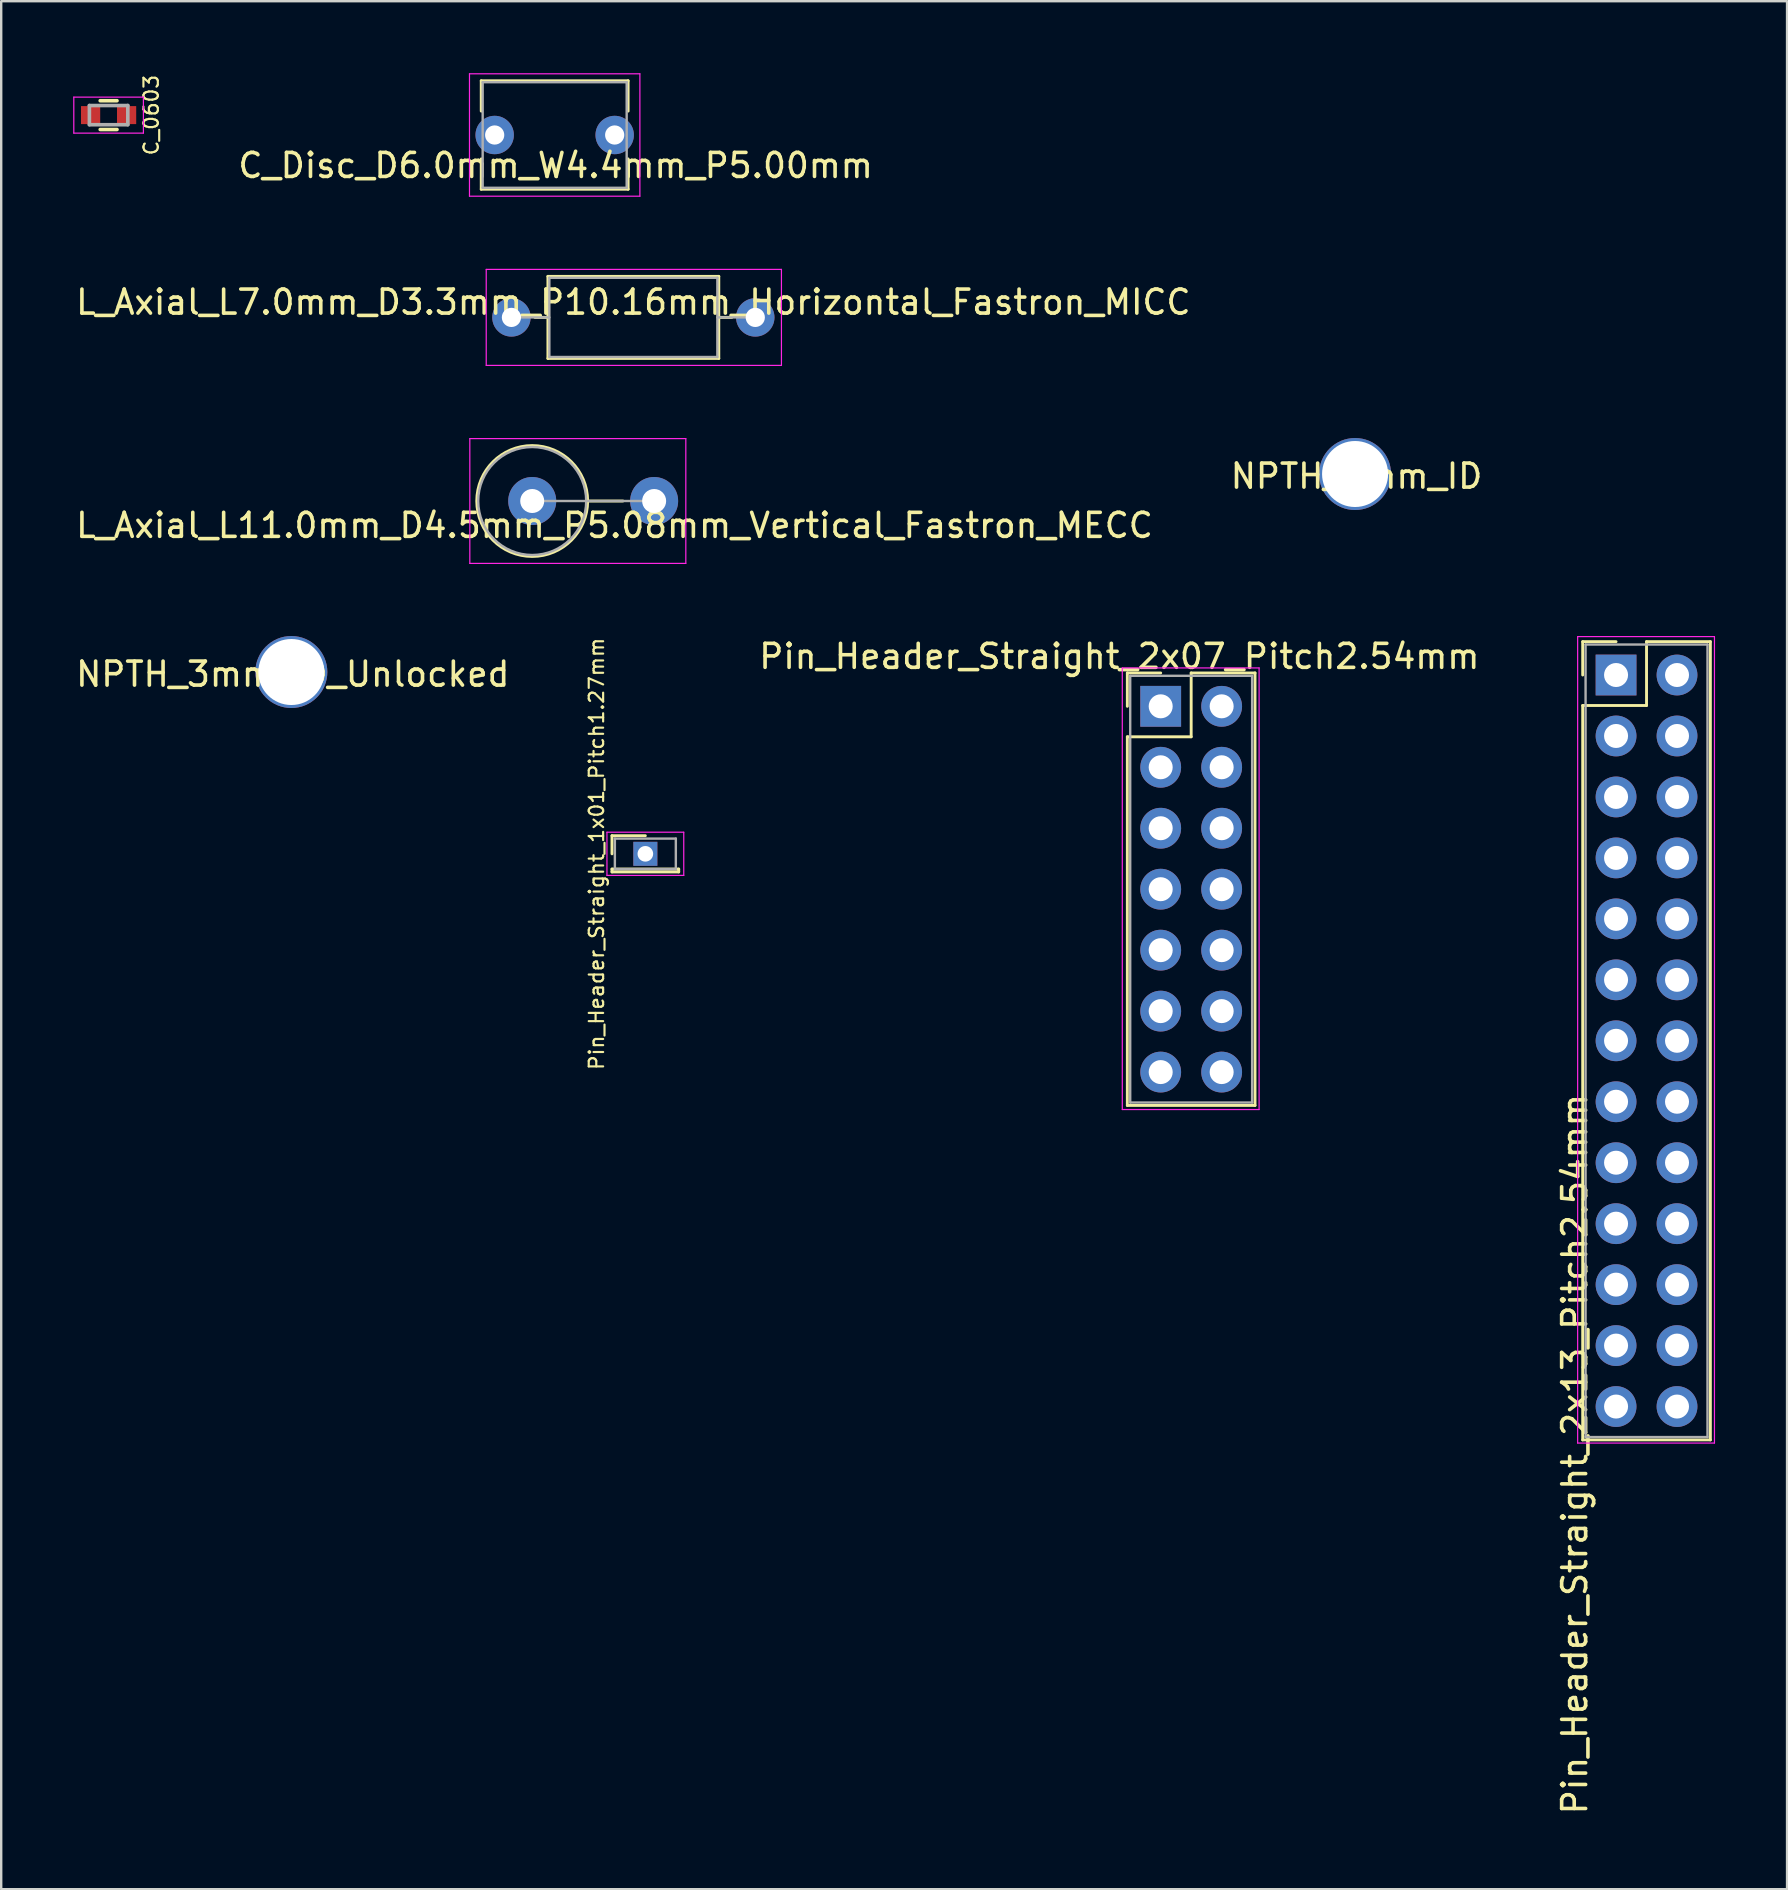
<source format=kicad_pcb>
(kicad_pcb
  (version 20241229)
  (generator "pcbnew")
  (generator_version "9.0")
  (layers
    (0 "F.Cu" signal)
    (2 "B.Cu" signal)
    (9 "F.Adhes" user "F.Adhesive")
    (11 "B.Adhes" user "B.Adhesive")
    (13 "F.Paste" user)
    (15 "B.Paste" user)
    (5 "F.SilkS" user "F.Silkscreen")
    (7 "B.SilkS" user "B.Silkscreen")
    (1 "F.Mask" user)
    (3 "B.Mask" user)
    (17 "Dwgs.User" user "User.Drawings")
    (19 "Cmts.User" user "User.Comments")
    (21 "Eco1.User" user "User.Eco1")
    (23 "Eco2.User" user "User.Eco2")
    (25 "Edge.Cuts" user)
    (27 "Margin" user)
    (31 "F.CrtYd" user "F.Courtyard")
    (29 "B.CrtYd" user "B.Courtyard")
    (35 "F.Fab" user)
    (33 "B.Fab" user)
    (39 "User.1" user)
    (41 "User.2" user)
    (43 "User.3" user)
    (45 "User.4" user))
  (footprint "NPTH_3mm_ID_Unlocked"
    (layer "F.Cu")
    (at 9.089 24.95)
    (property "Reference" "NPTH_3mm_ID_Unlocked" (at 0.06 0.09 0) (layer "F.SilkS") (effects (font (size 1 1) (thickness 0.15))))
    (attr through_hole)
    (pad "" np_thru_hole circle (at 0 0) (size 3 3) (drill 2.75) (layers "*.Cu" "*.Mask")))
  (footprint "Pin_Header_Straight_2x13_Pitch2.54mm"
    (layer "F.Cu")
    (at 64.284 25.075)
    (property "Reference" "Pin_Header_Straight_2x13_Pitch2.54mm" (at -1.722 32.464 90) (layer "F.SilkS") (effects (font (size 1 1) (thickness 0.15))))
    (attr through_hole)
    (fp_line (start -1.39 -1.39) (end 0 -1.39) (stroke (width 0.12) (type solid)) (layer "F.SilkS"))
    (fp_line (start -1.39 0) (end -1.39 -1.39) (stroke (width 0.12) (type solid)) (layer "F.SilkS"))
    (fp_line (start -1.39 1.27) (end -1.39 31.87) (stroke (width 0.12) (type solid)) (layer "F.SilkS"))
    (fp_line (start -1.39 31.87) (end 3.93 31.87) (stroke (width 0.12) (type solid)) (layer "F.SilkS"))
    (fp_line (start 1.27 -1.39) (end 1.27 1.27) (stroke (width 0.12) (type solid)) (layer "F.SilkS"))
    (fp_line (start 1.27 1.27) (end -1.39 1.27) (stroke (width 0.12) (type solid)) (layer "F.SilkS"))
    (fp_line (start 3.93 -1.39) (end 1.27 -1.39) (stroke (width 0.12) (type solid)) (layer "F.SilkS"))
    (fp_line (start 3.93 31.87) (end 3.93 -1.39) (stroke (width 0.12) (type solid)) (layer "F.SilkS"))
    (fp_line (start -1.6 -1.6) (end -1.6 32) (stroke (width 0.05) (type solid)) (layer "F.CrtYd"))
    (fp_line (start -1.6 32) (end 4.1 32) (stroke (width 0.05) (type solid)) (layer "F.CrtYd"))
    (fp_line (start 4.1 -1.6) (end -1.6 -1.6) (stroke (width 0.05) (type solid)) (layer "F.CrtYd"))
    (fp_line (start 4.1 32) (end 4.1 -1.6) (stroke (width 0.05) (type solid)) (layer "F.CrtYd"))
    (fp_line (start -1.27 -1.27) (end -1.27 31.75) (stroke (width 0.1) (type solid)) (layer "F.Fab"))
    (fp_line (start -1.27 31.75) (end 3.81 31.75) (stroke (width 0.1) (type solid)) (layer "F.Fab"))
    (fp_line (start 3.81 -1.27) (end -1.27 -1.27) (stroke (width 0.1) (type solid)) (layer "F.Fab"))
    (fp_line (start 3.81 31.75) (end 3.81 -1.27) (stroke (width 0.1) (type solid)) (layer "F.Fab"))
    (pad "1" thru_hole rect (at 0 0) (size 1.7 1.7) (drill 1) (layers "*.Cu" "*.Mask"))
    (pad "2" thru_hole oval (at 2.54 0) (size 1.7 1.7) (drill 1) (layers "*.Cu" "*.Mask"))
    (pad "3" thru_hole oval (at 0 2.54) (size 1.7 1.7) (drill 1) (layers "*.Cu" "*.Mask"))
    (pad "4" thru_hole oval (at 2.54 2.54) (size 1.7 1.7) (drill 1) (layers "*.Cu" "*.Mask"))
    (pad "5" thru_hole oval (at 0 5.08) (size 1.7 1.7) (drill 1) (layers "*.Cu" "*.Mask"))
    (pad "6" thru_hole oval (at 2.54 5.08) (size 1.7 1.7) (drill 1) (layers "*.Cu" "*.Mask"))
    (pad "7" thru_hole oval (at 0 7.62) (size 1.7 1.7) (drill 1) (layers "*.Cu" "*.Mask"))
    (pad "8" thru_hole oval (at 2.54 7.62) (size 1.7 1.7) (drill 1) (layers "*.Cu" "*.Mask"))
    (pad "9" thru_hole oval (at 0 10.16) (size 1.7 1.7) (drill 1) (layers "*.Cu" "*.Mask"))
    (pad "10" thru_hole oval (at 2.54 10.16) (size 1.7 1.7) (drill 1) (layers "*.Cu" "*.Mask"))
    (pad "11" thru_hole oval (at 0 12.7) (size 1.7 1.7) (drill 1) (layers "*.Cu" "*.Mask"))
    (pad "12" thru_hole oval (at 2.54 12.7) (size 1.7 1.7) (drill 1) (layers "*.Cu" "*.Mask"))
    (pad "13" thru_hole oval (at 0 15.24) (size 1.7 1.7) (drill 1) (layers "*.Cu" "*.Mask"))
    (pad "14" thru_hole oval (at 2.54 15.24) (size 1.7 1.7) (drill 1) (layers "*.Cu" "*.Mask"))
    (pad "15" thru_hole oval (at 0 17.78) (size 1.7 1.7) (drill 1) (layers "*.Cu" "*.Mask"))
    (pad "16" thru_hole oval (at 2.54 17.78) (size 1.7 1.7) (drill 1) (layers "*.Cu" "*.Mask"))
    (pad "17" thru_hole oval (at 0 20.32) (size 1.7 1.7) (drill 1) (layers "*.Cu" "*.Mask"))
    (pad "18" thru_hole oval (at 2.54 20.32) (size 1.7 1.7) (drill 1) (layers "*.Cu" "*.Mask"))
    (pad "19" thru_hole oval (at 0 22.86) (size 1.7 1.7) (drill 1) (layers "*.Cu" "*.Mask"))
    (pad "20" thru_hole oval (at 2.54 22.86) (size 1.7 1.7) (drill 1) (layers "*.Cu" "*.Mask"))
    (pad "21" thru_hole oval (at 0 25.4) (size 1.7 1.7) (drill 1) (layers "*.Cu" "*.Mask"))
    (pad "22" thru_hole oval (at 2.54 25.4) (size 1.7 1.7) (drill 1) (layers "*.Cu" "*.Mask"))
    (pad "23" thru_hole oval (at 0 27.94) (size 1.7 1.7) (drill 1) (layers "*.Cu" "*.Mask"))
    (pad "24" thru_hole oval (at 2.54 27.94) (size 1.7 1.7) (drill 1) (layers "*.Cu" "*.Mask"))
    (pad "25" thru_hole oval (at 0 30.48) (size 1.7 1.7) (drill 1) (layers "*.Cu" "*.Mask"))
    (pad "26" thru_hole oval (at 2.54 30.48) (size 1.7 1.7) (drill 1) (layers "*.Cu" "*.Mask")))
  (footprint "NPTH_3mm_ID"
    (layer "F.Cu")
    (at 53.41 16.7)
    (property "Reference" "NPTH_3mm_ID" (at 0.06 0.09 0) (layer "F.SilkS") (effects (font (size 1 1) (thickness 0.15))))
    (attr through_hole)
    (pad "" np_thru_hole circle (at 0 0) (size 3 3) (drill 2.75) (layers "*.Cu" "*.Mask")))
  (footprint "Pin_Header_Straight_2x07_Pitch2.54mm"
    (layer "F.Cu")
    (at 45.311 26.379)
    (property "Reference" "Pin_Header_Straight_2x07_Pitch2.54mm" (at -1.722 -2.08 0) (layer "F.SilkS") (effects (font (size 1 1) (thickness 0.15))))
    (attr through_hole)
    (fp_line (start -1.39 -1.39) (end 0 -1.39) (stroke (width 0.12) (type solid)) (layer "F.SilkS"))
    (fp_line (start -1.39 0) (end -1.39 -1.39) (stroke (width 0.12) (type solid)) (layer "F.SilkS"))
    (fp_line (start -1.39 1.27) (end -1.39 16.63) (stroke (width 0.12) (type solid)) (layer "F.SilkS"))
    (fp_line (start -1.39 16.63) (end 3.93 16.63) (stroke (width 0.12) (type solid)) (layer "F.SilkS"))
    (fp_line (start 1.27 -1.39) (end 1.27 1.27) (stroke (width 0.12) (type solid)) (layer "F.SilkS"))
    (fp_line (start 1.27 1.27) (end -1.39 1.27) (stroke (width 0.12) (type solid)) (layer "F.SilkS"))
    (fp_line (start 3.93 -1.39) (end 1.27 -1.39) (stroke (width 0.12) (type solid)) (layer "F.SilkS"))
    (fp_line (start 3.93 16.63) (end 3.93 -1.39) (stroke (width 0.12) (type solid)) (layer "F.SilkS"))
    (fp_line (start -1.6 -1.6) (end -1.6 16.8) (stroke (width 0.05) (type solid)) (layer "F.CrtYd"))
    (fp_line (start -1.6 16.8) (end 4.1 16.8) (stroke (width 0.05) (type solid)) (layer "F.CrtYd"))
    (fp_line (start 4.1 -1.6) (end -1.6 -1.6) (stroke (width 0.05) (type solid)) (layer "F.CrtYd"))
    (fp_line (start 4.1 16.8) (end 4.1 -1.6) (stroke (width 0.05) (type solid)) (layer "F.CrtYd"))
    (fp_line (start -1.27 -1.27) (end -1.27 16.51) (stroke (width 0.1) (type solid)) (layer "F.Fab"))
    (fp_line (start -1.27 16.51) (end 3.81 16.51) (stroke (width 0.1) (type solid)) (layer "F.Fab"))
    (fp_line (start 3.81 -1.27) (end -1.27 -1.27) (stroke (width 0.1) (type solid)) (layer "F.Fab"))
    (fp_line (start 3.81 16.51) (end 3.81 -1.27) (stroke (width 0.1) (type solid)) (layer "F.Fab"))
    (pad "1" thru_hole rect (at 0 0) (size 1.7 1.7) (drill 1) (layers "*.Cu" "*.Mask"))
    (pad "2" thru_hole oval (at 2.54 0) (size 1.7 1.7) (drill 1) (layers "*.Cu" "*.Mask"))
    (pad "3" thru_hole oval (at 0 2.54) (size 1.7 1.7) (drill 1) (layers "*.Cu" "*.Mask"))
    (pad "4" thru_hole oval (at 2.54 2.54) (size 1.7 1.7) (drill 1) (layers "*.Cu" "*.Mask"))
    (pad "5" thru_hole oval (at 0 5.08) (size 1.7 1.7) (drill 1) (layers "*.Cu" "*.Mask"))
    (pad "6" thru_hole oval (at 2.54 5.08) (size 1.7 1.7) (drill 1) (layers "*.Cu" "*.Mask"))
    (pad "7" thru_hole oval (at 0 7.62) (size 1.7 1.7) (drill 1) (layers "*.Cu" "*.Mask"))
    (pad "8" thru_hole oval (at 2.54 7.62) (size 1.7 1.7) (drill 1) (layers "*.Cu" "*.Mask"))
    (pad "9" thru_hole oval (at 0 10.16) (size 1.7 1.7) (drill 1) (layers "*.Cu" "*.Mask"))
    (pad "10" thru_hole oval (at 2.54 10.16) (size 1.7 1.7) (drill 1) (layers "*.Cu" "*.Mask"))
    (pad "11" thru_hole oval (at 0 12.7) (size 1.7 1.7) (drill 1) (layers "*.Cu" "*.Mask"))
    (pad "12" thru_hole oval (at 2.54 12.7) (size 1.7 1.7) (drill 1) (layers "*.Cu" "*.Mask"))
    (pad "13" thru_hole oval (at 0 15.24) (size 1.7 1.7) (drill 1) (layers "*.Cu" "*.Mask"))
    (pad "14" thru_hole oval (at 2.54 15.24) (size 1.7 1.7) (drill 1) (layers "*.Cu" "*.Mask")))
  (footprint "Pin_Header_Straight_1x01_Pitch1.27mm"
    (layer "F.Cu")
    (at 23.839 32.525)
    (property "Reference" "Pin_Header_Straight_1x01_Pitch1.27mm" (at -2.032 0 90) (layer "F.SilkS") (effects (font (size 0.6 0.6) (thickness 0.09))))
    (attr through_hole)
    (fp_line (start -1.39 -0.755) (end 0 -0.755) (stroke (width 0.12) (type solid)) (layer "F.SilkS"))
    (fp_line (start -1.39 0) (end -1.39 -0.755) (stroke (width 0.12) (type solid)) (layer "F.SilkS"))
    (fp_line (start -1.39 0.635) (end -1.39 0.755) (stroke (width 0.12) (type solid)) (layer "F.SilkS"))
    (fp_line (start -1.39 0.755) (end 1.39 0.755) (stroke (width 0.12) (type solid)) (layer "F.SilkS"))
    (fp_line (start 1.39 0.635) (end -1.39 0.635) (stroke (width 0.12) (type solid)) (layer "F.SilkS"))
    (fp_line (start 1.39 0.755) (end 1.39 0.635) (stroke (width 0.12) (type solid)) (layer "F.SilkS"))
    (fp_line (start -1.6 -0.9) (end -1.6 0.9) (stroke (width 0.05) (type solid)) (layer "F.CrtYd"))
    (fp_line (start -1.6 0.9) (end 1.6 0.9) (stroke (width 0.05) (type solid)) (layer "F.CrtYd"))
    (fp_line (start 1.6 -0.9) (end -1.6 -0.9) (stroke (width 0.05) (type solid)) (layer "F.CrtYd"))
    (fp_line (start 1.6 0.9) (end 1.6 -0.9) (stroke (width 0.05) (type solid)) (layer "F.CrtYd"))
    (fp_line (start -1.27 -0.635) (end -1.27 0.635) (stroke (width 0.1) (type solid)) (layer "F.Fab"))
    (fp_line (start -1.27 0.635) (end 1.27 0.635) (stroke (width 0.1) (type solid)) (layer "F.Fab"))
    (fp_line (start 1.27 -0.635) (end -1.27 -0.635) (stroke (width 0.1) (type solid)) (layer "F.Fab"))
    (fp_line (start 1.27 0.635) (end 1.27 -0.635) (stroke (width 0.1) (type solid)) (layer "F.Fab"))
    (pad "1" thru_hole rect (at 0 0) (size 1 1) (drill 0.65) (layers "*.Cu" "*.Mask")))
  (footprint "C_Disc_D6.0mm_W4.4mm_P5.00mm"
    (layer "F.Cu")
    (at 17.561 2.575)
    (property "Reference" "C_Disc_D6.0mm_W4.4mm_P5.00mm" (at 2.54 1.27 0) (layer "F.SilkS") (effects (font (size 1 1) (thickness 0.15))))
    (attr through_hole)
    (fp_line (start -0.56 -2.26) (end -0.56 -0.996) (stroke (width 0.12) (type solid)) (layer "F.SilkS"))
    (fp_line (start -0.56 -2.26) (end 5.56 -2.26) (stroke (width 0.12) (type solid)) (layer "F.SilkS"))
    (fp_line (start -0.56 0.996) (end -0.56 2.26) (stroke (width 0.12) (type solid)) (layer "F.SilkS"))
    (fp_line (start -0.56 2.26) (end 5.56 2.26) (stroke (width 0.12) (type solid)) (layer "F.SilkS"))
    (fp_line (start 5.56 -2.26) (end 5.56 -0.996) (stroke (width 0.12) (type solid)) (layer "F.SilkS"))
    (fp_line (start 5.56 0.996) (end 5.56 2.26) (stroke (width 0.12) (type solid)) (layer "F.SilkS"))
    (fp_line (start -1.05 -2.55) (end -1.05 2.55) (stroke (width 0.05) (type solid)) (layer "F.CrtYd"))
    (fp_line (start -1.05 2.55) (end 6.05 2.55) (stroke (width 0.05) (type solid)) (layer "F.CrtYd"))
    (fp_line (start 6.05 -2.55) (end -1.05 -2.55) (stroke (width 0.05) (type solid)) (layer "F.CrtYd"))
    (fp_line (start 6.05 2.55) (end 6.05 -2.55) (stroke (width 0.05) (type solid)) (layer "F.CrtYd"))
    (fp_line (start -0.5 -2.2) (end -0.5 2.2) (stroke (width 0.1) (type solid)) (layer "F.Fab"))
    (fp_line (start -0.5 2.2) (end 5.5 2.2) (stroke (width 0.1) (type solid)) (layer "F.Fab"))
    (fp_line (start 5.5 -2.2) (end -0.5 -2.2) (stroke (width 0.1) (type solid)) (layer "F.Fab"))
    (fp_line (start 5.5 2.2) (end 5.5 -2.2) (stroke (width 0.1) (type solid)) (layer "F.Fab"))
    (pad "1" thru_hole circle (at 0 0) (size 1.6 1.6) (drill 0.8) (layers "*.Cu" "*.Mask"))
    (pad "2" thru_hole circle (at 5 0) (size 1.6 1.6) (drill 0.8) (layers "*.Cu" "*.Mask")))
  (footprint "L_Axial_L7.0mm_D3.3mm_P10.16mm_Horizontal_Fastron_MICC"
    (layer "F.Cu")
    (at 18.259 10.175)
    (property "Reference" "L_Axial_L7.0mm_D3.3mm_P10.16mm_Horizontal_Fastron_MICC" (at 5.08 -0.635 0) (layer "F.SilkS") (effects (font (size 1 1) (thickness 0.15))))
    (attr through_hole)
    (fp_line (start 0.98 0) (end 1.52 0) (stroke (width 0.12) (type solid)) (layer "F.SilkS"))
    (fp_line (start 1.52 -1.71) (end 1.52 1.71) (stroke (width 0.12) (type solid)) (layer "F.SilkS"))
    (fp_line (start 1.52 1.71) (end 8.64 1.71) (stroke (width 0.12) (type solid)) (layer "F.SilkS"))
    (fp_line (start 8.64 -1.71) (end 1.52 -1.71) (stroke (width 0.12) (type solid)) (layer "F.SilkS"))
    (fp_line (start 8.64 1.71) (end 8.64 -1.71) (stroke (width 0.12) (type solid)) (layer "F.SilkS"))
    (fp_line (start 9.18 0) (end 8.64 0) (stroke (width 0.12) (type solid)) (layer "F.SilkS"))
    (fp_line (start -1.05 -2) (end -1.05 2) (stroke (width 0.05) (type solid)) (layer "F.CrtYd"))
    (fp_line (start -1.05 2) (end 11.25 2) (stroke (width 0.05) (type solid)) (layer "F.CrtYd"))
    (fp_line (start 11.25 -2) (end -1.05 -2) (stroke (width 0.05) (type solid)) (layer "F.CrtYd"))
    (fp_line (start 11.25 2) (end 11.25 -2) (stroke (width 0.05) (type solid)) (layer "F.CrtYd"))
    (fp_line (start 0 0) (end 1.58 0) (stroke (width 0.1) (type solid)) (layer "F.Fab"))
    (fp_line (start 1.58 -1.65) (end 1.58 1.65) (stroke (width 0.1) (type solid)) (layer "F.Fab"))
    (fp_line (start 1.58 1.65) (end 8.58 1.65) (stroke (width 0.1) (type solid)) (layer "F.Fab"))
    (fp_line (start 8.58 -1.65) (end 1.58 -1.65) (stroke (width 0.1) (type solid)) (layer "F.Fab"))
    (fp_line (start 8.58 1.65) (end 8.58 -1.65) (stroke (width 0.1) (type solid)) (layer "F.Fab"))
    (fp_line (start 10.16 0) (end 8.58 0) (stroke (width 0.1) (type solid)) (layer "F.Fab"))
    (pad "1" thru_hole circle (at 0 0) (size 1.6 1.6) (drill 0.8) (layers "*.Cu" "*.Mask"))
    (pad "2" thru_hole oval (at 10.16 0) (size 1.6 1.6) (drill 0.8) (layers "*.Cu" "*.Mask")))
  (footprint "C_0603"
    (layer "F.Cu")
    (at 1.475 1.746)
    (property "Reference" "C_0603" (at 1.778 0 90) (layer "F.SilkS") (effects (font (size 0.6 0.6) (thickness 0.09))))
    (attr smd)
    (fp_line (start -0.35 -0.6) (end 0.35 -0.6) (stroke (width 0.15) (type solid)) (layer "F.SilkS"))
    (fp_line (start 0.35 0.6) (end -0.35 0.6) (stroke (width 0.15) (type solid)) (layer "F.SilkS"))
    (fp_line (start -1.45 -0.75) (end -1.45 0.75) (stroke (width 0.05) (type solid)) (layer "F.CrtYd"))
    (fp_line (start -1.45 -0.75) (end 1.45 -0.75) (stroke (width 0.05) (type solid)) (layer "F.CrtYd"))
    (fp_line (start -1.45 0.75) (end 1.45 0.75) (stroke (width 0.05) (type solid)) (layer "F.CrtYd"))
    (fp_line (start 1.45 -0.75) (end 1.45 0.75) (stroke (width 0.05) (type solid)) (layer "F.CrtYd"))
    (fp_line (start -0.8 -0.4) (end 0.8 -0.4) (stroke (width 0.15) (type solid)) (layer "F.Fab"))
    (fp_line (start -0.8 0.4) (end -0.8 -0.4) (stroke (width 0.15) (type solid)) (layer "F.Fab"))
    (fp_line (start 0.8 -0.4) (end 0.8 0.4) (stroke (width 0.15) (type solid)) (layer "F.Fab"))
    (fp_line (start 0.8 0.4) (end -0.8 0.4) (stroke (width 0.15) (type solid)) (layer "F.Fab"))
    (pad "1" smd rect (at -0.75 0) (size 0.8 0.75) (layers "F.Cu" "F.Mask" "F.Paste"))
    (pad "2" smd rect (at 0.75 0) (size 0.8 0.75) (layers "F.Cu" "F.Mask" "F.Paste")))
  (footprint "L_Axial_L11.0mm_D4.5mm_P5.08mm_Vertical_Fastron_MECC"
    (layer "F.Cu")
    (at 19.125 17.825)
    (property "Reference" "L_Axial_L11.0mm_D4.5mm_P5.08mm_Vertical_Fastron_MECC" (at 3.429 1.016 0) (layer "F.SilkS") (effects (font (size 1 1) (thickness 0.15))))
    (attr through_hole)
    (fp_line (start 2.31 0) (end 3.78 0) (stroke (width 0.12) (type solid)) (layer "F.SilkS"))
    (fp_circle (center 0 0) (end 2.31 0) (stroke (width 0.12) (type solid)) (fill no) (layer "F.SilkS"))
    (fp_line (start -2.6 -2.6) (end -2.6 2.6) (stroke (width 0.05) (type solid)) (layer "F.CrtYd"))
    (fp_line (start -2.6 2.6) (end 6.4 2.6) (stroke (width 0.05) (type solid)) (layer "F.CrtYd"))
    (fp_line (start 6.4 -2.6) (end -2.6 -2.6) (stroke (width 0.05) (type solid)) (layer "F.CrtYd"))
    (fp_line (start 6.4 2.6) (end 6.4 -2.6) (stroke (width 0.05) (type solid)) (layer "F.CrtYd"))
    (fp_line (start 0 0) (end 5.08 0) (stroke (width 0.1) (type solid)) (layer "F.Fab"))
    (fp_circle (center 0 0) (end 2.25 0) (stroke (width 0.1) (type solid)) (fill no) (layer "F.Fab"))
    (pad "1" thru_hole circle (at 0 0) (size 2 2) (drill 1) (layers "*.Cu" "*.Mask"))
    (pad "2" thru_hole oval (at 5.08 0) (size 2 2) (drill 1) (layers "*.Cu" "*.Mask")))
  (gr_rect
    (start -3 -3)
    (end 71.409 75.664)
    (stroke (width 0.1) (type default))
    (fill no)
    (layer "Edge.Cuts")))
</source>
